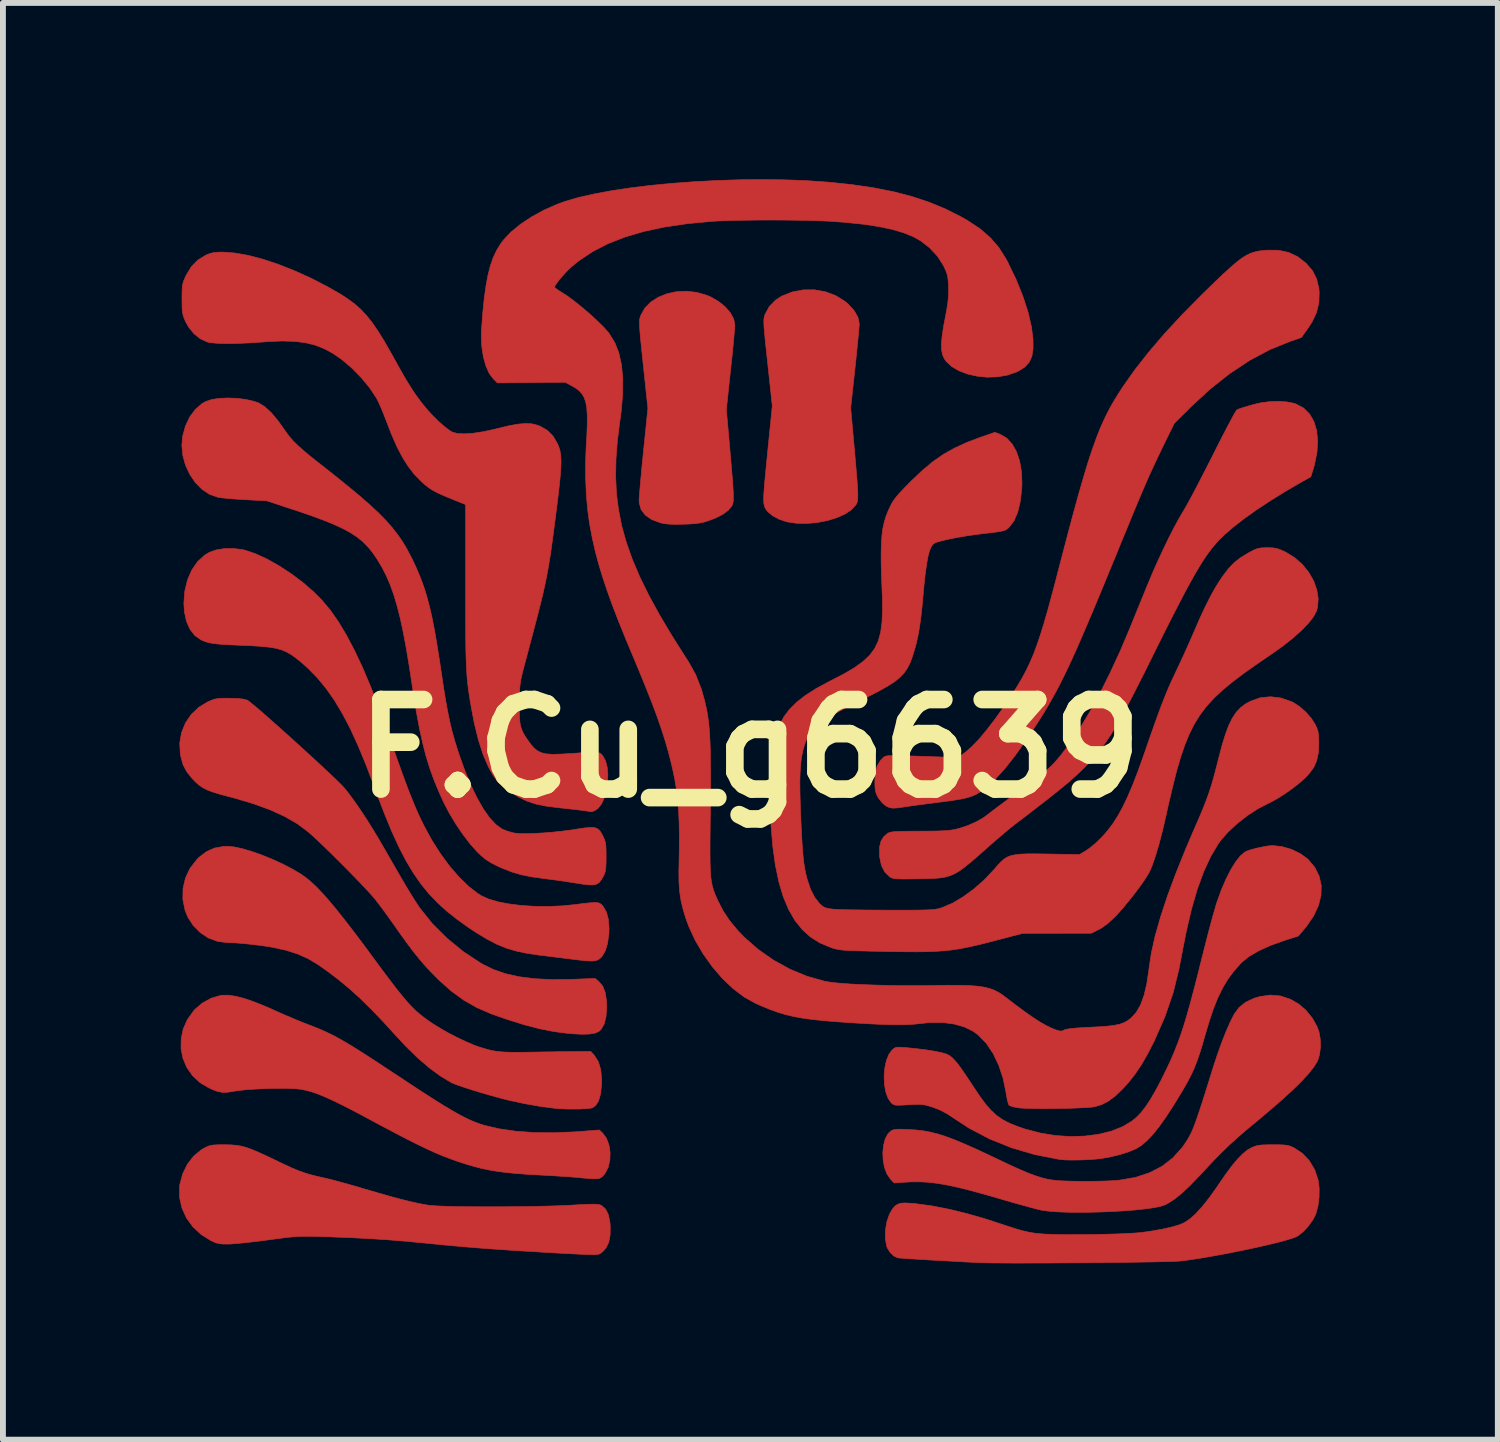
<source format=kicad_pcb>
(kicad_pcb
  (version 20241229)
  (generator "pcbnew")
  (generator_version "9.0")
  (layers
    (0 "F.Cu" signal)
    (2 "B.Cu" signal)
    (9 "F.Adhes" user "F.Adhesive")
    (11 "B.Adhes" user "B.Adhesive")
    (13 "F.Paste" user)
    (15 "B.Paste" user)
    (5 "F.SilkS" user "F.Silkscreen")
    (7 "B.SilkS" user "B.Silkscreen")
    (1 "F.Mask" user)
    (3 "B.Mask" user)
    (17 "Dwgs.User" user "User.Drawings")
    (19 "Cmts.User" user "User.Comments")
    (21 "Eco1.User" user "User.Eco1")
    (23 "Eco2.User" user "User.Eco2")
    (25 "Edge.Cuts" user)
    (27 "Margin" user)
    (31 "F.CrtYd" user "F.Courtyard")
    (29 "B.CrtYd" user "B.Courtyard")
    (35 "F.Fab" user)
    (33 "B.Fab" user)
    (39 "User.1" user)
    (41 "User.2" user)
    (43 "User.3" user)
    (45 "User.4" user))
  (footprint "F.Cu_g6639"
    (layer "F.Cu")
    (at 9.71 9.689)
    (property "Reference" "F.Cu_g6639" (at 0 0 0) (layer "F.SilkS") (effects (font (size 1.524 1.524) (thickness 0.3))))
    (attr through_hole)
    (fp_poly (pts (xy 1.287 -7.774) (xy 1.463 -7.708) (xy 1.62 -7.61) (xy 1.674 -7.564) (xy 1.777 -7.451) (xy 1.839 -7.342) (xy 1.862 -7.236) (xy 1.863 -7.224) (xy 1.86 -7.183) (xy 1.854 -7.107) (xy 1.844 -7) (xy 1.831 -6.868) (xy 1.816 -6.717) (xy 1.799 -6.553) (xy 1.79 -6.47) (xy 1.717 -5.797) (xy 1.779 -5.105) (xy 1.798 -4.888) (xy 1.813 -4.709) (xy 1.825 -4.564) (xy 1.833 -4.449) (xy 1.837 -4.36) (xy 1.838 -4.292) (xy 1.835 -4.241) (xy 1.83 -4.204) (xy 1.821 -4.176) (xy 1.809 -4.153) (xy 1.804 -4.145) (xy 1.727 -4.062) (xy 1.616 -3.989) (xy 1.478 -3.928) (xy 1.321 -3.88) (xy 1.151 -3.847) (xy 0.977 -3.831) (xy 0.806 -3.833) (xy 0.644 -3.856) (xy 0.624 -3.861) (xy 0.496 -3.904) (xy 0.385 -3.964) (xy 0.302 -4.035) (xy 0.281 -4.062) (xy 0.265 -4.087) (xy 0.253 -4.114) (xy 0.244 -4.146) (xy 0.238 -4.188) (xy 0.236 -4.243) (xy 0.238 -4.317) (xy 0.244 -4.411) (xy 0.254 -4.532) (xy 0.268 -4.682) (xy 0.286 -4.867) (xy 0.308 -5.089) (xy 0.383 -5.831) (xy 0.304 -6.564) (xy 0.283 -6.759) (xy 0.266 -6.917) (xy 0.254 -7.042) (xy 0.245 -7.139) (xy 0.24 -7.213) (xy 0.239 -7.268) (xy 0.24 -7.309) (xy 0.245 -7.34) (xy 0.252 -7.367) (xy 0.26 -7.389) (xy 0.331 -7.521) (xy 0.435 -7.629) (xy 0.543 -7.699) (xy 0.721 -7.77) (xy 0.909 -7.806) (xy 1.1 -7.807) (xy 1.287 -7.774)) (stroke (width 0.01) (type solid)) (fill yes) (layer "F.Cu"))
    (fp_poly (pts (xy -0.902 -7.763) (xy -0.732 -7.714) (xy -0.667 -7.687) (xy -0.533 -7.61) (xy -0.419 -7.518) (xy -0.331 -7.416) (xy -0.274 -7.311) (xy -0.254 -7.209) (xy -0.254 -7.208) (xy -0.256 -7.166) (xy -0.263 -7.087) (xy -0.272 -6.979) (xy -0.285 -6.845) (xy -0.3 -6.694) (xy -0.318 -6.529) (xy -0.327 -6.444) (xy -0.399 -5.768) (xy -0.337 -5.069) (xy -0.319 -4.856) (xy -0.304 -4.681) (xy -0.292 -4.539) (xy -0.285 -4.427) (xy -0.28 -4.34) (xy -0.279 -4.274) (xy -0.28 -4.225) (xy -0.285 -4.189) (xy -0.292 -4.161) (xy -0.302 -4.137) (xy -0.307 -4.127) (xy -0.363 -4.058) (xy -0.455 -3.989) (xy -0.579 -3.925) (xy -0.691 -3.882) (xy -0.772 -3.856) (xy -0.848 -3.839) (xy -0.932 -3.828) (xy -1.036 -3.821) (xy -1.132 -3.818) (xy -1.275 -3.816) (xy -1.385 -3.82) (xy -1.471 -3.83) (xy -1.524 -3.843) (xy -1.67 -3.898) (xy -1.778 -3.973) (xy -1.849 -4.066) (xy -1.881 -4.178) (xy -1.884 -4.223) (xy -1.882 -4.269) (xy -1.875 -4.351) (xy -1.866 -4.464) (xy -1.853 -4.602) (xy -1.839 -4.759) (xy -1.822 -4.929) (xy -1.809 -5.059) (xy -1.734 -5.789) (xy -1.813 -6.532) (xy -1.834 -6.729) (xy -1.85 -6.888) (xy -1.863 -7.015) (xy -1.871 -7.113) (xy -1.876 -7.187) (xy -1.878 -7.243) (xy -1.877 -7.285) (xy -1.872 -7.317) (xy -1.865 -7.344) (xy -1.856 -7.37) (xy -1.855 -7.372) (xy -1.786 -7.496) (xy -1.685 -7.599) (xy -1.557 -7.681) (xy -1.41 -7.74) (xy -1.247 -7.775) (xy -1.076 -7.783) (xy -0.902 -7.763)) (stroke (width 0.01) (type solid)) (fill yes) (layer "F.Cu"))
    (fp_poly (pts (xy -8.745 4.216) (xy -8.593 4.256) (xy -8.414 4.319) (xy -8.205 4.404) (xy -8.036 4.48) (xy -7.907 4.537) (xy -7.758 4.6) (xy -7.611 4.661) (xy -7.513 4.699) (xy -7.404 4.741) (xy -7.303 4.782) (xy -7.208 4.825) (xy -7.113 4.87) (xy -7.014 4.922) (xy -6.908 4.982) (xy -6.789 5.053) (xy -6.654 5.137) (xy -6.499 5.236) (xy -6.318 5.354) (xy -6.109 5.492) (xy -6.011 5.556) (xy -5.77 5.716) (xy -5.56 5.853) (xy -5.378 5.97) (xy -5.22 6.069) (xy -5.083 6.151) (xy -4.964 6.219) (xy -4.859 6.275) (xy -4.765 6.32) (xy -4.678 6.357) (xy -4.595 6.388) (xy -4.519 6.412) (xy -4.272 6.47) (xy -3.992 6.511) (xy -3.683 6.534) (xy -3.35 6.538) (xy -2.999 6.524) (xy -2.927 6.519) (xy -2.561 6.491) (xy -2.506 6.542) (xy -2.44 6.631) (xy -2.397 6.744) (xy -2.377 6.872) (xy -2.381 7.002) (xy -2.409 7.124) (xy -2.462 7.228) (xy -2.48 7.251) (xy -2.523 7.295) (xy -2.563 7.316) (xy -2.618 7.321) (xy -2.653 7.321) (xy -2.736 7.317) (xy -2.834 7.309) (xy -2.904 7.302) (xy -2.968 7.296) (xy -3.065 7.288) (xy -3.188 7.28) (xy -3.326 7.271) (xy -3.471 7.263) (xy -3.507 7.261) (xy -3.749 7.248) (xy -3.957 7.233) (xy -4.136 7.216) (xy -4.293 7.196) (xy -4.437 7.172) (xy -4.573 7.143) (xy -4.709 7.107) (xy -4.832 7.071) (xy -4.963 7.029) (xy -5.089 6.984) (xy -5.216 6.936) (xy -5.349 6.88) (xy -5.49 6.816) (xy -5.646 6.741) (xy -5.822 6.653) (xy -6.02 6.55) (xy -6.247 6.43) (xy -6.449 6.322) (xy -6.682 6.197) (xy -6.882 6.093) (xy -7.055 6.008) (xy -7.203 5.94) (xy -7.331 5.886) (xy -7.443 5.846) (xy -7.544 5.818) (xy -7.636 5.799) (xy -7.641 5.798) (xy -7.733 5.789) (xy -7.858 5.784) (xy -8.005 5.783) (xy -8.165 5.785) (xy -8.328 5.791) (xy -8.484 5.799) (xy -8.625 5.811) (xy -8.739 5.825) (xy -8.774 5.831) (xy -8.882 5.848) (xy -8.968 5.851) (xy -9.047 5.838) (xy -9.136 5.806) (xy -9.197 5.779) (xy -9.355 5.686) (xy -9.483 5.567) (xy -9.581 5.427) (xy -9.646 5.273) (xy -9.679 5.109) (xy -9.677 4.94) (xy -9.642 4.772) (xy -9.57 4.611) (xy -9.462 4.46) (xy -9.441 4.437) (xy -9.313 4.329) (xy -9.165 4.248) (xy -9.008 4.202) (xy -8.977 4.198) (xy -8.872 4.197) (xy -8.745 4.216)) (stroke (width 0.01) (type solid)) (fill yes) (layer "F.Cu"))
    (fp_poly (pts (xy -8.943 6.742) (xy -8.839 6.744) (xy -8.747 6.751) (xy -8.662 6.764) (xy -8.574 6.787) (xy -8.478 6.821) (xy -8.365 6.869) (xy -8.227 6.932) (xy -8.097 6.994) (xy -7.934 7.072) (xy -7.8 7.134) (xy -7.686 7.182) (xy -7.582 7.219) (xy -7.482 7.25) (xy -7.374 7.278) (xy -7.271 7.301) (xy -7.184 7.321) (xy -7.066 7.351) (xy -6.929 7.388) (xy -6.782 7.429) (xy -6.637 7.471) (xy -6.625 7.475) (xy -6.365 7.551) (xy -6.142 7.615) (xy -5.95 7.667) (xy -5.786 7.708) (xy -5.647 7.739) (xy -5.527 7.762) (xy -5.457 7.773) (xy -5.379 7.78) (xy -5.265 7.786) (xy -5.119 7.791) (xy -4.946 7.795) (xy -4.753 7.797) (xy -4.545 7.798) (xy -4.326 7.798) (xy -4.103 7.797) (xy -3.881 7.795) (xy -3.665 7.791) (xy -3.46 7.787) (xy -3.272 7.781) (xy -3.107 7.774) (xy -3.044 7.771) (xy -2.89 7.762) (xy -2.773 7.757) (xy -2.686 7.754) (xy -2.623 7.755) (xy -2.579 7.759) (xy -2.547 7.766) (xy -2.523 7.776) (xy -2.455 7.836) (xy -2.407 7.931) (xy -2.38 8.064) (xy -2.375 8.129) (xy -2.377 8.281) (xy -2.4 8.403) (xy -2.448 8.498) (xy -2.487 8.545) (xy -2.526 8.581) (xy -2.56 8.602) (xy -2.604 8.611) (xy -2.67 8.613) (xy -2.713 8.612) (xy -2.773 8.61) (xy -2.869 8.606) (xy -2.994 8.6) (xy -3.141 8.593) (xy -3.302 8.584) (xy -3.472 8.574) (xy -3.524 8.571) (xy -3.905 8.548) (xy -4.252 8.525) (xy -4.573 8.502) (xy -4.877 8.477) (xy -5.171 8.451) (xy -5.465 8.422) (xy -5.546 8.414) (xy -5.85 8.385) (xy -6.155 8.36) (xy -6.47 8.34) (xy -6.805 8.323) (xy -7.17 8.309) (xy -7.26 8.306) (xy -7.402 8.302) (xy -7.518 8.3) (xy -7.618 8.301) (xy -7.712 8.305) (xy -7.809 8.313) (xy -7.921 8.325) (xy -8.056 8.343) (xy -8.191 8.361) (xy -8.344 8.381) (xy -8.495 8.399) (xy -8.633 8.414) (xy -8.752 8.425) (xy -8.842 8.432) (xy -8.869 8.432) (xy -8.964 8.432) (xy -9.032 8.425) (xy -9.091 8.41) (xy -9.155 8.381) (xy -9.175 8.371) (xy -9.34 8.267) (xy -9.479 8.137) (xy -9.588 7.986) (xy -9.663 7.82) (xy -9.703 7.645) (xy -9.705 7.464) (xy -9.699 7.416) (xy -9.65 7.236) (xy -9.571 7.074) (xy -9.464 6.936) (xy -9.334 6.828) (xy -9.282 6.798) (xy -9.231 6.773) (xy -9.183 6.756) (xy -9.129 6.747) (xy -9.055 6.743) (xy -8.952 6.742) (xy -8.943 6.742)) (stroke (width 0.01) (type solid)) (fill yes) (layer "F.Cu"))
    (fp_poly (pts (xy -8.776 1.674) (xy -8.633 1.705) (xy -8.471 1.753) (xy -8.296 1.815) (xy -8.117 1.888) (xy -7.941 1.969) (xy -7.775 2.056) (xy -7.628 2.144) (xy -7.628 2.145) (xy -7.547 2.203) (xy -7.462 2.273) (xy -7.371 2.359) (xy -7.272 2.463) (xy -7.162 2.587) (xy -7.039 2.734) (xy -6.902 2.907) (xy -6.747 3.107) (xy -6.573 3.338) (xy -6.404 3.567) (xy -6.256 3.768) (xy -6.128 3.938) (xy -6.019 4.081) (xy -5.923 4.2) (xy -5.839 4.3) (xy -5.762 4.385) (xy -5.689 4.457) (xy -5.617 4.52) (xy -5.542 4.579) (xy -5.462 4.637) (xy -5.387 4.688) (xy -5.265 4.763) (xy -5.124 4.843) (xy -4.975 4.92) (xy -4.829 4.989) (xy -4.698 5.045) (xy -4.614 5.076) (xy -4.518 5.105) (xy -4.433 5.129) (xy -4.352 5.146) (xy -4.268 5.158) (xy -4.173 5.165) (xy -4.06 5.169) (xy -3.922 5.169) (xy -3.752 5.167) (xy -3.683 5.166) (xy -3.521 5.163) (xy -3.36 5.161) (xy -3.208 5.158) (xy -3.075 5.157) (xy -2.97 5.156) (xy -2.925 5.155) (xy -2.706 5.154) (xy -2.645 5.222) (xy -2.577 5.329) (xy -2.536 5.468) (xy -2.521 5.641) (xy -2.523 5.723) (xy -2.54 5.879) (xy -2.574 5.997) (xy -2.626 6.077) (xy -2.677 6.113) (xy -2.719 6.122) (xy -2.794 6.129) (xy -2.891 6.134) (xy -3.002 6.135) (xy -3.115 6.134) (xy -3.222 6.13) (xy -3.302 6.124) (xy -3.563 6.09) (xy -3.838 6.042) (xy -4.104 5.984) (xy -4.119 5.981) (xy -4.258 5.945) (xy -4.406 5.904) (xy -4.558 5.86) (xy -4.704 5.816) (xy -4.838 5.773) (xy -4.952 5.734) (xy -5.039 5.702) (xy -5.082 5.682) (xy -5.26 5.576) (xy -5.452 5.435) (xy -5.654 5.262) (xy -5.86 5.06) (xy -6.017 4.891) (xy -6.238 4.649) (xy -6.441 4.437) (xy -6.632 4.25) (xy -6.817 4.083) (xy -7.002 3.93) (xy -7.192 3.786) (xy -7.353 3.673) (xy -7.519 3.574) (xy -7.696 3.495) (xy -7.895 3.432) (xy -8.124 3.382) (xy -8.139 3.379) (xy -8.285 3.356) (xy -8.445 3.336) (xy -8.606 3.319) (xy -8.753 3.307) (xy -8.875 3.302) (xy -8.892 3.302) (xy -9.056 3.282) (xy -9.212 3.224) (xy -9.352 3.132) (xy -9.471 3.012) (xy -9.564 2.868) (xy -9.61 2.755) (xy -9.648 2.568) (xy -9.645 2.382) (xy -9.604 2.203) (xy -9.525 2.037) (xy -9.41 1.889) (xy -9.374 1.852) (xy -9.244 1.753) (xy -9.106 1.692) (xy -8.952 1.665) (xy -8.89 1.663) (xy -8.776 1.674)) (stroke (width 0.01) (type solid)) (fill yes) (layer "F.Cu"))
    (fp_poly (pts (xy -8.858 -0.856) (xy -8.721 -0.853) (xy -8.622 -0.842) (xy -8.556 -0.825) (xy -8.552 -0.824) (xy -8.522 -0.803) (xy -8.464 -0.756) (xy -8.382 -0.688) (xy -8.281 -0.601) (xy -8.164 -0.498) (xy -8.035 -0.384) (xy -7.898 -0.261) (xy -7.756 -0.133) (xy -7.613 -0.003) (xy -7.473 0.125) (xy -7.339 0.248) (xy -7.216 0.363) (xy -7.107 0.465) (xy -7.016 0.553) (xy -6.947 0.621) (xy -6.904 0.667) (xy -6.829 0.76) (xy -6.738 0.883) (xy -6.637 1.029) (xy -6.53 1.19) (xy -6.423 1.36) (xy -6.319 1.532) (xy -6.281 1.598) (xy -6.213 1.715) (xy -6.133 1.854) (xy -6.048 2.002) (xy -5.966 2.144) (xy -5.927 2.212) (xy -5.854 2.335) (xy -5.779 2.459) (xy -5.708 2.574) (xy -5.646 2.669) (xy -5.612 2.718) (xy -5.401 2.982) (xy -5.154 3.228) (xy -4.878 3.454) (xy -4.577 3.653) (xy -4.551 3.668) (xy -4.366 3.759) (xy -4.16 3.831) (xy -3.928 3.883) (xy -3.668 3.916) (xy -3.377 3.931) (xy -3.051 3.928) (xy -3.015 3.927) (xy -2.632 3.912) (xy -2.567 3.967) (xy -2.502 4.045) (xy -2.46 4.154) (xy -2.438 4.295) (xy -2.435 4.401) (xy -2.447 4.563) (xy -2.478 4.688) (xy -2.53 4.778) (xy -2.567 4.813) (xy -2.631 4.842) (xy -2.728 4.858) (xy -2.861 4.862) (xy -3.031 4.853) (xy -3.095 4.847) (xy -3.329 4.817) (xy -3.575 4.769) (xy -3.837 4.701) (xy -4.122 4.612) (xy -4.399 4.515) (xy -4.64 4.411) (xy -4.864 4.284) (xy -5.08 4.127) (xy -5.295 3.935) (xy -5.335 3.895) (xy -5.442 3.786) (xy -5.541 3.678) (xy -5.637 3.565) (xy -5.737 3.44) (xy -5.845 3.295) (xy -5.967 3.126) (xy -6.044 3.016) (xy -6.124 2.903) (xy -6.207 2.788) (xy -6.286 2.681) (xy -6.353 2.594) (xy -6.378 2.561) (xy -6.437 2.493) (xy -6.52 2.402) (xy -6.624 2.292) (xy -6.743 2.169) (xy -6.87 2.039) (xy -7.002 1.907) (xy -7.132 1.778) (xy -7.256 1.658) (xy -7.367 1.551) (xy -7.461 1.465) (xy -7.522 1.412) (xy -7.701 1.279) (xy -7.912 1.157) (xy -8.157 1.045) (xy -8.438 0.942) (xy -8.758 0.846) (xy -8.867 0.817) (xy -9.021 0.776) (xy -9.142 0.739) (xy -9.237 0.703) (xy -9.313 0.663) (xy -9.38 0.616) (xy -9.444 0.557) (xy -9.489 0.51) (xy -9.582 0.394) (xy -9.645 0.273) (xy -9.684 0.131) (xy -9.692 0.09) (xy -9.701 -0.094) (xy -9.671 -0.271) (xy -9.604 -0.436) (xy -9.504 -0.582) (xy -9.373 -0.705) (xy -9.229 -0.792) (xy -9.164 -0.821) (xy -9.11 -0.84) (xy -9.054 -0.851) (xy -8.982 -0.856) (xy -8.884 -0.857) (xy -8.858 -0.856)) (stroke (width 0.01) (type solid)) (fill yes) (layer "F.Cu"))
    (fp_poly (pts (xy 9.013 6.743) (xy 9.093 6.746) (xy 9.152 6.754) (xy 9.201 6.768) (xy 9.249 6.789) (xy 9.26 6.794) (xy 9.403 6.888) (xy 9.522 7.014) (xy 9.613 7.167) (xy 9.672 7.342) (xy 9.673 7.348) (xy 9.69 7.483) (xy 9.688 7.635) (xy 9.669 7.786) (xy 9.634 7.917) (xy 9.632 7.922) (xy 9.583 8.019) (xy 9.512 8.119) (xy 9.43 8.21) (xy 9.347 8.28) (xy 9.302 8.307) (xy 9.231 8.334) (xy 9.125 8.366) (xy 8.988 8.403) (xy 8.826 8.442) (xy 8.646 8.484) (xy 8.454 8.525) (xy 8.254 8.566) (xy 8.052 8.605) (xy 7.856 8.641) (xy 7.669 8.673) (xy 7.499 8.699) (xy 7.35 8.718) (xy 7.313 8.722) (xy 7.258 8.725) (xy 7.165 8.729) (xy 7.038 8.732) (xy 6.882 8.736) (xy 6.701 8.739) (xy 6.499 8.742) (xy 6.28 8.745) (xy 6.05 8.747) (xy 5.811 8.75) (xy 5.569 8.752) (xy 5.328 8.753) (xy 5.091 8.755) (xy 4.864 8.755) (xy 4.651 8.756) (xy 4.456 8.756) (xy 4.283 8.755) (xy 4.137 8.754) (xy 4.022 8.752) (xy 3.948 8.75) (xy 3.817 8.744) (xy 3.669 8.737) (xy 3.51 8.728) (xy 3.345 8.719) (xy 3.18 8.71) (xy 3.021 8.701) (xy 2.874 8.692) (xy 2.744 8.684) (xy 2.638 8.677) (xy 2.562 8.671) (xy 2.52 8.667) (xy 2.517 8.666) (xy 2.451 8.635) (xy 2.388 8.575) (xy 2.341 8.499) (xy 2.328 8.465) (xy 2.306 8.334) (xy 2.309 8.191) (xy 2.334 8.048) (xy 2.379 7.919) (xy 2.428 7.836) (xy 2.47 7.787) (xy 2.515 7.755) (xy 2.571 7.737) (xy 2.647 7.733) (xy 2.752 7.739) (xy 2.821 7.745) (xy 3.1 7.783) (xy 3.392 7.84) (xy 3.703 7.916) (xy 4.038 8.013) (xy 4.36 8.119) (xy 4.508 8.167) (xy 4.629 8.203) (xy 4.736 8.228) (xy 4.84 8.246) (xy 4.928 8.256) (xy 5.025 8.263) (xy 5.156 8.268) (xy 5.314 8.271) (xy 5.492 8.272) (xy 5.682 8.272) (xy 5.877 8.269) (xy 6.069 8.265) (xy 6.251 8.26) (xy 6.415 8.253) (xy 6.553 8.245) (xy 6.659 8.236) (xy 6.668 8.235) (xy 6.856 8.208) (xy 7.029 8.177) (xy 7.18 8.143) (xy 7.303 8.107) (xy 7.39 8.071) (xy 7.394 8.069) (xy 7.487 8.007) (xy 7.587 7.919) (xy 7.694 7.802) (xy 7.813 7.653) (xy 7.945 7.469) (xy 7.986 7.408) (xy 8.108 7.232) (xy 8.214 7.09) (xy 8.308 6.979) (xy 8.392 6.894) (xy 8.47 6.831) (xy 8.546 6.788) (xy 8.546 6.788) (xy 8.597 6.768) (xy 8.65 6.754) (xy 8.715 6.746) (xy 8.804 6.743) (xy 8.901 6.742) (xy 9.013 6.743)) (stroke (width 0.01) (type solid)) (fill yes) (layer "F.Cu"))
    (fp_poly (pts (xy -8.642 -3.387) (xy -8.594 -3.377) (xy -8.413 -3.316) (xy -8.217 -3.226) (xy -8.011 -3.11) (xy -7.805 -2.975) (xy -7.606 -2.826) (xy -7.422 -2.666) (xy -7.279 -2.522) (xy -7.139 -2.355) (xy -7.001 -2.158) (xy -6.864 -1.929) (xy -6.726 -1.667) (xy -6.586 -1.37) (xy -6.445 -1.036) (xy -6.301 -0.663) (xy -6.161 -0.275) (xy -6.067 -0.006) (xy -5.985 0.228) (xy -5.912 0.429) (xy -5.848 0.604) (xy -5.79 0.756) (xy -5.737 0.888) (xy -5.688 1.007) (xy -5.64 1.116) (xy -5.592 1.218) (xy -5.542 1.319) (xy -5.409 1.563) (xy -5.263 1.792) (xy -5.108 2.002) (xy -4.947 2.188) (xy -4.786 2.345) (xy -4.629 2.467) (xy -4.568 2.505) (xy -4.443 2.562) (xy -4.282 2.609) (xy -4.093 2.645) (xy -3.882 2.671) (xy -3.655 2.685) (xy -3.42 2.687) (xy -3.181 2.676) (xy -2.963 2.654) (xy -2.824 2.636) (xy -2.721 2.625) (xy -2.647 2.62) (xy -2.595 2.622) (xy -2.558 2.631) (xy -2.531 2.649) (xy -2.505 2.675) (xy -2.495 2.688) (xy -2.44 2.783) (xy -2.406 2.911) (xy -2.395 3.064) (xy -2.398 3.154) (xy -2.421 3.317) (xy -2.461 3.447) (xy -2.517 3.54) (xy -2.544 3.566) (xy -2.575 3.59) (xy -2.61 3.606) (xy -2.654 3.614) (xy -2.715 3.615) (xy -2.799 3.61) (xy -2.913 3.598) (xy -3.016 3.585) (xy -3.124 3.572) (xy -3.259 3.555) (xy -3.406 3.537) (xy -3.549 3.519) (xy -3.588 3.515) (xy -3.794 3.484) (xy -3.975 3.446) (xy -4.141 3.397) (xy -4.301 3.332) (xy -4.465 3.247) (xy -4.643 3.14) (xy -4.784 3.047) (xy -4.979 2.908) (xy -5.155 2.768) (xy -5.315 2.623) (xy -5.463 2.468) (xy -5.599 2.3) (xy -5.727 2.115) (xy -5.85 1.91) (xy -5.969 1.68) (xy -6.088 1.422) (xy -6.208 1.131) (xy -6.334 0.805) (xy -6.395 0.638) (xy -6.531 0.276) (xy -6.665 -0.047) (xy -6.797 -0.335) (xy -6.931 -0.592) (xy -7.067 -0.819) (xy -7.209 -1.021) (xy -7.357 -1.201) (xy -7.515 -1.363) (xy -7.624 -1.461) (xy -7.717 -1.536) (xy -7.8 -1.596) (xy -7.881 -1.643) (xy -7.966 -1.679) (xy -8.062 -1.706) (xy -8.175 -1.725) (xy -8.312 -1.739) (xy -8.48 -1.75) (xy -8.636 -1.756) (xy -8.808 -1.764) (xy -8.945 -1.771) (xy -9.051 -1.779) (xy -9.134 -1.789) (xy -9.201 -1.801) (xy -9.256 -1.817) (xy -9.307 -1.836) (xy -9.34 -1.851) (xy -9.443 -1.923) (xy -9.525 -2.028) (xy -9.586 -2.163) (xy -9.621 -2.323) (xy -9.631 -2.473) (xy -9.615 -2.68) (xy -9.569 -2.87) (xy -9.496 -3.038) (xy -9.398 -3.18) (xy -9.277 -3.291) (xy -9.198 -3.339) (xy -9.083 -3.38) (xy -8.943 -3.403) (xy -8.791 -3.405) (xy -8.642 -3.387)) (stroke (width 0.01) (type solid)) (fill yes) (layer "F.Cu"))
    (fp_poly (pts (xy 9.031 4.21) (xy 9.199 4.266) (xy 9.339 4.346) (xy 9.464 4.453) (xy 9.573 4.587) (xy 9.655 4.734) (xy 9.686 4.82) (xy 9.708 4.942) (xy 9.712 5.074) (xy 9.697 5.202) (xy 9.665 5.309) (xy 9.657 5.324) (xy 9.599 5.418) (xy 9.513 5.528) (xy 9.396 5.655) (xy 9.249 5.8) (xy 9.07 5.965) (xy 8.857 6.15) (xy 8.611 6.357) (xy 8.541 6.414) (xy 8.405 6.528) (xy 8.281 6.636) (xy 8.162 6.745) (xy 8.041 6.862) (xy 7.911 6.993) (xy 7.767 7.146) (xy 7.652 7.269) (xy 7.493 7.435) (xy 7.353 7.566) (xy 7.229 7.667) (xy 7.118 7.738) (xy 7.058 7.768) (xy 6.979 7.793) (xy 6.864 7.815) (xy 6.719 7.835) (xy 6.55 7.853) (xy 6.364 7.867) (xy 6.165 7.879) (xy 5.961 7.887) (xy 5.757 7.892) (xy 5.56 7.893) (xy 5.376 7.89) (xy 5.21 7.883) (xy 5.07 7.871) (xy 4.96 7.855) (xy 4.953 7.853) (xy 4.881 7.836) (xy 4.776 7.808) (xy 4.648 7.773) (xy 4.504 7.733) (xy 4.354 7.69) (xy 4.27 7.665) (xy 3.996 7.586) (xy 3.755 7.52) (xy 3.545 7.468) (xy 3.359 7.428) (xy 3.192 7.399) (xy 3.041 7.381) (xy 2.899 7.373) (xy 2.761 7.373) (xy 2.683 7.377) (xy 2.455 7.392) (xy 2.392 7.324) (xy 2.333 7.237) (xy 2.292 7.128) (xy 2.269 7.004) (xy 2.264 6.877) (xy 2.276 6.753) (xy 2.305 6.643) (xy 2.352 6.555) (xy 2.401 6.508) (xy 2.432 6.492) (xy 2.47 6.482) (xy 2.525 6.478) (xy 2.607 6.479) (xy 2.705 6.483) (xy 2.831 6.491) (xy 2.951 6.505) (xy 3.07 6.527) (xy 3.193 6.557) (xy 3.325 6.599) (xy 3.472 6.653) (xy 3.636 6.721) (xy 3.825 6.804) (xy 4.042 6.905) (xy 4.223 6.991) (xy 4.423 7.086) (xy 4.591 7.162) (xy 4.734 7.223) (xy 4.856 7.269) (xy 4.964 7.303) (xy 5.063 7.328) (xy 5.157 7.344) (xy 5.243 7.353) (xy 5.361 7.359) (xy 5.503 7.363) (xy 5.66 7.365) (xy 5.821 7.364) (xy 5.978 7.362) (xy 6.121 7.357) (xy 6.242 7.35) (xy 6.297 7.344) (xy 6.564 7.298) (xy 6.803 7.219) (xy 7.014 7.11) (xy 7.198 6.968) (xy 7.354 6.794) (xy 7.377 6.764) (xy 7.414 6.71) (xy 7.447 6.659) (xy 7.478 6.606) (xy 7.508 6.548) (xy 7.539 6.48) (xy 7.571 6.398) (xy 7.607 6.299) (xy 7.648 6.178) (xy 7.696 6.032) (xy 7.752 5.857) (xy 7.817 5.649) (xy 7.885 5.429) (xy 7.955 5.216) (xy 8.028 5.011) (xy 8.102 4.823) (xy 8.174 4.658) (xy 8.24 4.527) (xy 8.244 4.519) (xy 8.328 4.405) (xy 8.44 4.316) (xy 8.584 4.249) (xy 8.678 4.221) (xy 8.858 4.195) (xy 9.031 4.21)) (stroke (width 0.01) (type solid)) (fill yes) (layer "F.Cu"))
    (fp_poly (pts (xy 8.999 -8.48) (xy 9.169 -8.443) (xy 9.323 -8.371) (xy 9.464 -8.261) (xy 9.574 -8.135) (xy 9.646 -7.994) (xy 9.684 -7.832) (xy 9.69 -7.768) (xy 9.685 -7.59) (xy 9.646 -7.425) (xy 9.57 -7.262) (xy 9.498 -7.152) (xy 9.387 -6.996) (xy 9.197 -6.93) (xy 8.848 -6.789) (xy 8.504 -6.605) (xy 8.163 -6.379) (xy 7.827 -6.112) (xy 7.513 -5.822) (xy 7.224 -5.535) (xy 7.042 -5.165) (xy 6.985 -5.047) (xy 6.931 -4.935) (xy 6.88 -4.825) (xy 6.828 -4.713) (xy 6.774 -4.593) (xy 6.717 -4.462) (xy 6.654 -4.315) (xy 6.584 -4.148) (xy 6.504 -3.956) (xy 6.414 -3.736) (xy 6.309 -3.482) (xy 6.262 -3.365) (xy 6.113 -3.004) (xy 5.979 -2.678) (xy 5.857 -2.385) (xy 5.746 -2.123) (xy 5.645 -1.888) (xy 5.553 -1.677) (xy 5.467 -1.487) (xy 5.386 -1.315) (xy 5.309 -1.158) (xy 5.234 -1.012) (xy 5.16 -0.876) (xy 5.086 -0.745) (xy 5.009 -0.616) (xy 4.929 -0.488) (xy 4.843 -0.356) (xy 4.751 -0.217) (xy 4.698 -0.138) (xy 4.515 0.12) (xy 4.344 0.337) (xy 4.185 0.513) (xy 4.07 0.62) (xy 3.992 0.685) (xy 3.921 0.737) (xy 3.853 0.778) (xy 3.778 0.811) (xy 3.692 0.838) (xy 3.586 0.861) (xy 3.454 0.882) (xy 3.29 0.905) (xy 3.224 0.913) (xy 3.077 0.932) (xy 2.937 0.95) (xy 2.81 0.967) (xy 2.707 0.981) (xy 2.634 0.992) (xy 2.615 0.995) (xy 2.512 1.01) (xy 2.437 1.014) (xy 2.382 1.006) (xy 2.334 0.986) (xy 2.305 0.968) (xy 2.25 0.919) (xy 2.197 0.852) (xy 2.18 0.825) (xy 2.153 0.769) (xy 2.137 0.715) (xy 2.13 0.646) (xy 2.128 0.55) (xy 2.138 0.406) (xy 2.169 0.293) (xy 2.223 0.203) (xy 2.265 0.159) (xy 2.279 0.146) (xy 2.295 0.136) (xy 2.316 0.129) (xy 2.347 0.123) (xy 2.392 0.12) (xy 2.455 0.119) (xy 2.542 0.12) (xy 2.656 0.123) (xy 2.802 0.128) (xy 2.984 0.134) (xy 3.069 0.137) (xy 3.545 0.154) (xy 3.674 0.058) (xy 3.777 -0.031) (xy 3.897 -0.155) (xy 4.029 -0.313) (xy 4.173 -0.5) (xy 4.327 -0.716) (xy 4.383 -0.798) (xy 4.478 -0.942) (xy 4.562 -1.077) (xy 4.638 -1.207) (xy 4.707 -1.336) (xy 4.77 -1.469) (xy 4.83 -1.61) (xy 4.888 -1.765) (xy 4.946 -1.937) (xy 5.006 -2.13) (xy 5.07 -2.351) (xy 5.138 -2.602) (xy 5.214 -2.888) (xy 5.241 -2.995) (xy 5.341 -3.377) (xy 5.431 -3.721) (xy 5.514 -4.03) (xy 5.59 -4.306) (xy 5.661 -4.553) (xy 5.726 -4.773) (xy 5.788 -4.97) (xy 5.848 -5.145) (xy 5.905 -5.303) (xy 5.962 -5.447) (xy 6.02 -5.578) (xy 6.079 -5.7) (xy 6.14 -5.816) (xy 6.205 -5.929) (xy 6.274 -6.041) (xy 6.344 -6.149) (xy 6.548 -6.439) (xy 6.784 -6.74) (xy 7.053 -7.055) (xy 7.357 -7.384) (xy 7.698 -7.729) (xy 7.76 -7.789) (xy 7.924 -7.949) (xy 8.063 -8.081) (xy 8.18 -8.188) (xy 8.279 -8.273) (xy 8.365 -8.34) (xy 8.442 -8.389) (xy 8.514 -8.425) (xy 8.585 -8.449) (xy 8.659 -8.466) (xy 8.74 -8.476) (xy 8.808 -8.482) (xy 8.999 -8.48)) (stroke (width 0.01) (type solid)) (fill yes) (layer "F.Cu"))
    (fp_poly (pts (xy 9.056 1.668) (xy 9.217 1.715) (xy 9.367 1.787) (xy 9.492 1.878) (xy 9.501 1.886) (xy 9.615 2.022) (xy 9.689 2.17) (xy 9.725 2.33) (xy 9.721 2.497) (xy 9.678 2.669) (xy 9.597 2.845) (xy 9.477 3.021) (xy 9.453 3.05) (xy 9.337 3.189) (xy 9.094 3.267) (xy 8.859 3.351) (xy 8.66 3.442) (xy 8.497 3.537) (xy 8.374 3.636) (xy 8.365 3.645) (xy 8.245 3.779) (xy 8.14 3.919) (xy 8.047 4.073) (xy 7.962 4.247) (xy 7.883 4.447) (xy 7.807 4.679) (xy 7.759 4.841) (xy 7.703 5.035) (xy 7.653 5.196) (xy 7.605 5.334) (xy 7.556 5.457) (xy 7.501 5.573) (xy 7.438 5.692) (xy 7.363 5.823) (xy 7.352 5.842) (xy 7.209 6.075) (xy 7.081 6.272) (xy 6.965 6.436) (xy 6.858 6.568) (xy 6.759 6.673) (xy 6.665 6.752) (xy 6.575 6.809) (xy 6.572 6.81) (xy 6.449 6.862) (xy 6.297 6.91) (xy 6.126 6.951) (xy 5.99 6.975) (xy 5.887 6.987) (xy 5.762 6.996) (xy 5.627 7.001) (xy 5.494 7.003) (xy 5.376 7.001) (xy 5.285 6.994) (xy 5.271 6.992) (xy 4.85 6.91) (xy 4.453 6.793) (xy 4.08 6.643) (xy 3.732 6.46) (xy 3.483 6.297) (xy 3.35 6.21) (xy 3.229 6.147) (xy 3.118 6.105) (xy 3.038 6.08) (xy 2.974 6.064) (xy 2.912 6.056) (xy 2.839 6.055) (xy 2.742 6.059) (xy 2.699 6.062) (xy 2.594 6.068) (xy 2.522 6.07) (xy 2.476 6.067) (xy 2.445 6.058) (xy 2.422 6.042) (xy 2.404 6.025) (xy 2.35 5.945) (xy 2.312 5.836) (xy 2.291 5.707) (xy 2.286 5.57) (xy 2.298 5.433) (xy 2.325 5.307) (xy 2.369 5.201) (xy 2.416 5.137) (xy 2.448 5.107) (xy 2.477 5.089) (xy 2.514 5.082) (xy 2.571 5.083) (xy 2.652 5.089) (xy 2.825 5.106) (xy 2.987 5.126) (xy 3.129 5.148) (xy 3.246 5.171) (xy 3.332 5.194) (xy 3.367 5.208) (xy 3.41 5.233) (xy 3.453 5.269) (xy 3.5 5.319) (xy 3.555 5.387) (xy 3.621 5.479) (xy 3.702 5.598) (xy 3.798 5.744) (xy 3.911 5.913) (xy 4.012 6.05) (xy 4.107 6.159) (xy 4.203 6.247) (xy 4.307 6.318) (xy 4.423 6.378) (xy 4.561 6.433) (xy 4.684 6.475) (xy 4.939 6.542) (xy 5.196 6.585) (xy 5.451 6.602) (xy 5.698 6.595) (xy 5.933 6.565) (xy 6.149 6.512) (xy 6.342 6.436) (xy 6.506 6.338) (xy 6.582 6.274) (xy 6.659 6.195) (xy 6.735 6.098) (xy 6.814 5.979) (xy 6.899 5.833) (xy 6.994 5.655) (xy 7.028 5.586) (xy 7.1 5.439) (xy 7.166 5.298) (xy 7.225 5.16) (xy 7.281 5.018) (xy 7.335 4.868) (xy 7.389 4.705) (xy 7.443 4.524) (xy 7.5 4.32) (xy 7.562 4.088) (xy 7.63 3.823) (xy 7.683 3.609) (xy 7.73 3.424) (xy 7.776 3.242) (xy 7.821 3.069) (xy 7.863 2.913) (xy 7.901 2.779) (xy 7.931 2.674) (xy 7.95 2.614) (xy 8.024 2.409) (xy 8.103 2.225) (xy 8.185 2.063) (xy 8.267 1.93) (xy 8.347 1.828) (xy 8.423 1.763) (xy 8.452 1.747) (xy 8.525 1.722) (xy 8.621 1.696) (xy 8.726 1.674) (xy 8.823 1.657) (xy 8.895 1.651) (xy 8.897 1.651) (xy 9.056 1.668)) (stroke (width 0.01) (type solid)) (fill yes) (layer "F.Cu"))
    (fp_poly (pts (xy -8.722 -5.96) (xy -8.57 -5.94) (xy -8.434 -5.908) (xy -8.359 -5.882) (xy -8.255 -5.818) (xy -8.143 -5.715) (xy -8.024 -5.572) (xy -7.937 -5.45) (xy -7.881 -5.37) (xy -7.825 -5.297) (xy -7.763 -5.227) (xy -7.69 -5.156) (xy -7.602 -5.077) (xy -7.493 -4.985) (xy -7.357 -4.877) (xy -7.274 -4.812) (xy -7.025 -4.615) (xy -6.807 -4.438) (xy -6.617 -4.28) (xy -6.454 -4.136) (xy -6.312 -4.004) (xy -6.191 -3.88) (xy -6.086 -3.76) (xy -5.994 -3.643) (xy -5.912 -3.525) (xy -5.838 -3.401) (xy -5.769 -3.271) (xy -5.739 -3.212) (xy -5.669 -3.06) (xy -5.606 -2.911) (xy -5.55 -2.759) (xy -5.499 -2.598) (xy -5.453 -2.425) (xy -5.409 -2.233) (xy -5.366 -2.017) (xy -5.324 -1.773) (xy -5.28 -1.495) (xy -5.251 -1.302) (xy -5.213 -1.046) (xy -5.177 -0.825) (xy -5.142 -0.632) (xy -5.106 -0.459) (xy -5.068 -0.299) (xy -5.025 -0.145) (xy -4.977 0.011) (xy -4.953 0.085) (xy -4.853 0.366) (xy -4.749 0.618) (xy -4.642 0.839) (xy -4.535 1.027) (xy -4.428 1.179) (xy -4.322 1.293) (xy -4.218 1.368) (xy -4.206 1.374) (xy -4.128 1.405) (xy -4.038 1.431) (xy -4.006 1.438) (xy -3.927 1.446) (xy -3.814 1.448) (xy -3.676 1.445) (xy -3.52 1.436) (xy -3.354 1.423) (xy -3.187 1.405) (xy -3.026 1.384) (xy -2.95 1.372) (xy -2.818 1.352) (xy -2.72 1.342) (xy -2.648 1.344) (xy -2.597 1.361) (xy -2.557 1.393) (xy -2.523 1.444) (xy -2.498 1.492) (xy -2.474 1.543) (xy -2.459 1.592) (xy -2.45 1.649) (xy -2.446 1.726) (xy -2.445 1.833) (xy -2.445 1.841) (xy -2.446 1.952) (xy -2.451 2.031) (xy -2.459 2.089) (xy -2.474 2.135) (xy -2.492 2.173) (xy -2.528 2.235) (xy -2.563 2.279) (xy -2.606 2.307) (xy -2.662 2.32) (xy -2.739 2.32) (xy -2.843 2.308) (xy -2.981 2.286) (xy -2.995 2.284) (xy -3.114 2.265) (xy -3.256 2.244) (xy -3.401 2.225) (xy -3.503 2.212) (xy -3.709 2.184) (xy -3.886 2.148) (xy -4.047 2.101) (xy -4.206 2.039) (xy -4.295 1.999) (xy -4.405 1.943) (xy -4.491 1.888) (xy -4.571 1.823) (xy -4.645 1.751) (xy -4.761 1.62) (xy -4.883 1.46) (xy -5.004 1.282) (xy -5.114 1.098) (xy -5.206 0.923) (xy -5.296 0.724) (xy -5.376 0.53) (xy -5.447 0.332) (xy -5.51 0.127) (xy -5.567 -0.094) (xy -5.62 -0.335) (xy -5.67 -0.603) (xy -5.72 -0.904) (xy -5.746 -1.079) (xy -5.798 -1.418) (xy -5.848 -1.719) (xy -5.898 -1.984) (xy -5.949 -2.22) (xy -6.002 -2.428) (xy -6.057 -2.613) (xy -6.117 -2.78) (xy -6.181 -2.931) (xy -6.252 -3.071) (xy -6.33 -3.203) (xy -6.343 -3.224) (xy -6.418 -3.334) (xy -6.497 -3.431) (xy -6.584 -3.519) (xy -6.682 -3.599) (xy -6.796 -3.674) (xy -6.931 -3.747) (xy -7.089 -3.82) (xy -7.276 -3.895) (xy -7.496 -3.975) (xy -7.752 -4.062) (xy -7.787 -4.073) (xy -8.218 -4.216) (xy -8.581 -4.235) (xy -8.71 -4.243) (xy -8.832 -4.252) (xy -8.938 -4.262) (xy -9.019 -4.271) (xy -9.052 -4.277) (xy -9.193 -4.326) (xy -9.321 -4.411) (xy -9.435 -4.526) (xy -9.529 -4.664) (xy -9.602 -4.819) (xy -9.648 -4.985) (xy -9.665 -5.157) (xy -9.652 -5.313) (xy -9.605 -5.487) (xy -9.532 -5.642) (xy -9.435 -5.772) (xy -9.321 -5.871) (xy -9.259 -5.906) (xy -9.157 -5.94) (xy -9.026 -5.96) (xy -8.878 -5.966) (xy -8.722 -5.96)) (stroke (width 0.01) (type solid)) (fill yes) (layer "F.Cu"))
    (fp_poly (pts (xy 9.143 -5.899) (xy 9.264 -5.875) (xy 9.295 -5.864) (xy 9.424 -5.795) (xy 9.525 -5.695) (xy 9.6 -5.567) (xy 9.646 -5.414) (xy 9.664 -5.24) (xy 9.653 -5.046) (xy 9.611 -4.837) (xy 9.588 -4.755) (xy 9.547 -4.625) (xy 9.361 -4.521) (xy 9.103 -4.37) (xy 8.855 -4.216) (xy 8.622 -4.062) (xy 8.411 -3.912) (xy 8.228 -3.769) (xy 8.077 -3.638) (xy 8.069 -3.63) (xy 8 -3.564) (xy 7.935 -3.494) (xy 7.871 -3.418) (xy 7.806 -3.333) (xy 7.739 -3.237) (xy 7.668 -3.126) (xy 7.592 -2.998) (xy 7.508 -2.85) (xy 7.415 -2.679) (xy 7.312 -2.482) (xy 7.196 -2.257) (xy 7.066 -2) (xy 6.921 -1.709) (xy 6.856 -1.577) (xy 6.708 -1.279) (xy 6.575 -1.016) (xy 6.455 -0.783) (xy 6.345 -0.576) (xy 6.24 -0.392) (xy 6.138 -0.227) (xy 6.037 -0.078) (xy 5.932 0.061) (xy 5.82 0.192) (xy 5.699 0.319) (xy 5.566 0.447) (xy 5.417 0.579) (xy 5.248 0.718) (xy 5.058 0.869) (xy 4.843 1.036) (xy 4.6 1.222) (xy 4.519 1.283) (xy 4.447 1.34) (xy 4.353 1.418) (xy 4.245 1.51) (xy 4.132 1.607) (xy 4.041 1.687) (xy 3.89 1.821) (xy 3.764 1.93) (xy 3.658 2.016) (xy 3.566 2.083) (xy 3.482 2.132) (xy 3.399 2.167) (xy 3.312 2.19) (xy 3.216 2.204) (xy 3.103 2.211) (xy 2.968 2.215) (xy 2.868 2.217) (xy 2.723 2.219) (xy 2.614 2.22) (xy 2.534 2.218) (xy 2.477 2.215) (xy 2.438 2.208) (xy 2.409 2.198) (xy 2.384 2.184) (xy 2.38 2.181) (xy 2.297 2.101) (xy 2.24 1.989) (xy 2.21 1.845) (xy 2.207 1.8) (xy 2.209 1.673) (xy 2.233 1.575) (xy 2.281 1.499) (xy 2.335 1.451) (xy 2.356 1.438) (xy 2.381 1.427) (xy 2.415 1.419) (xy 2.463 1.414) (xy 2.531 1.41) (xy 2.626 1.408) (xy 2.752 1.406) (xy 2.896 1.406) (xy 3.061 1.405) (xy 3.191 1.403) (xy 3.292 1.399) (xy 3.372 1.394) (xy 3.437 1.386) (xy 3.494 1.376) (xy 3.551 1.362) (xy 3.559 1.36) (xy 3.708 1.311) (xy 3.85 1.249) (xy 3.972 1.18) (xy 4.047 1.125) (xy 4.083 1.097) (xy 4.148 1.047) (xy 4.236 0.981) (xy 4.342 0.902) (xy 4.46 0.814) (xy 4.572 0.731) (xy 4.724 0.62) (xy 4.846 0.529) (xy 4.944 0.454) (xy 5.022 0.392) (xy 5.085 0.338) (xy 5.139 0.288) (xy 5.187 0.238) (xy 5.234 0.184) (xy 5.287 0.121) (xy 5.291 0.116) (xy 5.453 -0.097) (xy 5.62 -0.349) (xy 5.791 -0.633) (xy 5.962 -0.948) (xy 6.132 -1.288) (xy 6.299 -1.649) (xy 6.46 -2.028) (xy 6.466 -2.043) (xy 6.528 -2.195) (xy 6.596 -2.363) (xy 6.665 -2.531) (xy 6.728 -2.686) (xy 6.768 -2.783) (xy 6.851 -2.982) (xy 6.941 -3.185) (xy 7.035 -3.387) (xy 7.128 -3.58) (xy 7.218 -3.756) (xy 7.3 -3.907) (xy 7.37 -4.027) (xy 7.374 -4.032) (xy 7.41 -4.094) (xy 7.463 -4.189) (xy 7.529 -4.31) (xy 7.604 -4.453) (xy 7.687 -4.613) (xy 7.774 -4.783) (xy 7.863 -4.958) (xy 7.877 -4.985) (xy 7.96 -5.151) (xy 8.039 -5.306) (xy 8.111 -5.445) (xy 8.174 -5.564) (xy 8.225 -5.659) (xy 8.262 -5.725) (xy 8.284 -5.759) (xy 8.287 -5.763) (xy 8.331 -5.782) (xy 8.405 -5.806) (xy 8.495 -5.833) (xy 8.589 -5.859) (xy 8.674 -5.879) (xy 8.702 -5.885) (xy 8.849 -5.904) (xy 9 -5.909) (xy 9.143 -5.899)) (stroke (width 0.01) (type solid)) (fill yes) (layer "F.Cu"))
    (fp_poly (pts (xy -8.762 -8.433) (xy -8.531 -8.392) (xy -8.281 -8.326) (xy -8.015 -8.237) (xy -7.74 -8.128) (xy -7.46 -8.001) (xy -7.182 -7.857) (xy -6.974 -7.738) (xy -6.844 -7.654) (xy -6.728 -7.569) (xy -6.623 -7.476) (xy -6.523 -7.37) (xy -6.426 -7.248) (xy -6.326 -7.103) (xy -6.219 -6.93) (xy -6.102 -6.725) (xy -6.064 -6.657) (xy -5.968 -6.484) (xy -5.888 -6.343) (xy -5.818 -6.225) (xy -5.755 -6.125) (xy -5.695 -6.034) (xy -5.633 -5.948) (xy -5.574 -5.871) (xy -5.488 -5.766) (xy -5.391 -5.661) (xy -5.291 -5.563) (xy -5.195 -5.478) (xy -5.112 -5.415) (xy -5.062 -5.385) (xy -4.977 -5.362) (xy -4.857 -5.356) (xy -4.708 -5.366) (xy -4.532 -5.393) (xy -4.334 -5.436) (xy -4.276 -5.451) (xy -4.091 -5.495) (xy -3.939 -5.522) (xy -3.813 -5.532) (xy -3.706 -5.526) (xy -3.613 -5.503) (xy -3.567 -5.485) (xy -3.445 -5.414) (xy -3.35 -5.32) (xy -3.276 -5.194) (xy -3.269 -5.18) (xy -3.248 -5.128) (xy -3.232 -5.075) (xy -3.22 -5.016) (xy -3.214 -4.948) (xy -3.212 -4.865) (xy -3.216 -4.765) (xy -3.225 -4.643) (xy -3.24 -4.495) (xy -3.26 -4.317) (xy -3.286 -4.106) (xy -3.318 -3.857) (xy -3.32 -3.842) (xy -3.345 -3.65) (xy -3.368 -3.481) (xy -3.389 -3.329) (xy -3.411 -3.191) (xy -3.433 -3.06) (xy -3.457 -2.931) (xy -3.484 -2.8) (xy -3.514 -2.662) (xy -3.55 -2.511) (xy -3.593 -2.342) (xy -3.642 -2.151) (xy -3.7 -1.931) (xy -3.767 -1.68) (xy -3.811 -1.513) (xy -3.848 -1.375) (xy -3.875 -1.267) (xy -3.895 -1.18) (xy -3.907 -1.104) (xy -3.915 -1.029) (xy -3.919 -0.946) (xy -3.921 -0.844) (xy -3.922 -0.773) (xy -3.922 -0.624) (xy -3.918 -0.508) (xy -3.908 -0.418) (xy -3.889 -0.343) (xy -3.861 -0.276) (xy -3.822 -0.208) (xy -3.79 -0.16) (xy -3.728 -0.074) (xy -3.671 -0.008) (xy -3.612 0.04) (xy -3.544 0.072) (xy -3.462 0.091) (xy -3.359 0.098) (xy -3.227 0.095) (xy -3.06 0.085) (xy -3.037 0.084) (xy -2.884 0.073) (xy -2.767 0.066) (xy -2.68 0.062) (xy -2.619 0.063) (xy -2.577 0.069) (xy -2.548 0.079) (xy -2.527 0.095) (xy -2.508 0.116) (xy -2.504 0.121) (xy -2.456 0.206) (xy -2.427 0.317) (xy -2.416 0.443) (xy -2.421 0.577) (xy -2.441 0.71) (xy -2.475 0.833) (xy -2.521 0.938) (xy -2.58 1.015) (xy -2.624 1.047) (xy -2.668 1.068) (xy -2.692 1.077) (xy -2.692 1.077) (xy -2.715 1.073) (xy -2.767 1.064) (xy -2.826 1.056) (xy -2.894 1.047) (xy -2.993 1.035) (xy -3.11 1.022) (xy -3.232 1.009) (xy -3.26 1.006) (xy -3.464 0.98) (xy -3.637 0.945) (xy -3.788 0.896) (xy -3.927 0.831) (xy -4.065 0.745) (xy -4.141 0.69) (xy -4.233 0.616) (xy -4.304 0.544) (xy -4.365 0.461) (xy -4.425 0.355) (xy -4.45 0.307) (xy -4.539 0.1) (xy -4.618 -0.145) (xy -4.688 -0.43) (xy -4.74 -0.703) (xy -4.759 -0.814) (xy -4.775 -0.915) (xy -4.789 -1.011) (xy -4.8 -1.104) (xy -4.81 -1.199) (xy -4.817 -1.301) (xy -4.823 -1.413) (xy -4.828 -1.539) (xy -4.832 -1.684) (xy -4.834 -1.851) (xy -4.835 -2.045) (xy -4.836 -2.27) (xy -4.837 -2.53) (xy -4.837 -2.769) (xy -4.837 -4.152) (xy -5.059 -4.242) (xy -5.195 -4.298) (xy -5.3 -4.345) (xy -5.383 -4.388) (xy -5.452 -4.431) (xy -5.517 -4.481) (xy -5.585 -4.541) (xy -5.598 -4.553) (xy -5.711 -4.67) (xy -5.814 -4.803) (xy -5.911 -4.957) (xy -6.005 -5.137) (xy -6.098 -5.349) (xy -6.189 -5.584) (xy -6.232 -5.695) (xy -6.277 -5.804) (xy -6.319 -5.897) (xy -6.352 -5.962) (xy -6.468 -6.138) (xy -6.614 -6.314) (xy -6.778 -6.481) (xy -6.951 -6.627) (xy -7.099 -6.728) (xy -7.249 -6.808) (xy -7.404 -6.868) (xy -7.569 -6.908) (xy -7.753 -6.93) (xy -7.961 -6.936) (xy -8.2 -6.926) (xy -8.269 -6.92) (xy -8.503 -6.904) (xy -8.714 -6.895) (xy -8.899 -6.892) (xy -9.052 -6.896) (xy -9.171 -6.907) (xy -9.235 -6.92) (xy -9.35 -6.973) (xy -9.458 -7.059) (xy -9.55 -7.172) (xy -9.601 -7.264) (xy -9.628 -7.325) (xy -9.645 -7.377) (xy -9.656 -7.433) (xy -9.661 -7.503) (xy -9.662 -7.599) (xy -9.663 -7.652) (xy -9.662 -7.762) (xy -9.659 -7.841) (xy -9.651 -7.901) (xy -9.637 -7.952) (xy -9.614 -8.007) (xy -9.597 -8.045) (xy -9.507 -8.196) (xy -9.395 -8.312) (xy -9.259 -8.396) (xy -9.255 -8.398) (xy -9.184 -8.426) (xy -9.115 -8.442) (xy -9.031 -8.448) (xy -8.966 -8.449) (xy -8.762 -8.433)) (stroke (width 0.01) (type solid)) (fill yes) (layer "F.Cu"))
    (fp_poly (pts (xy 4.264 -5.346) (xy 4.372 -5.283) (xy 4.464 -5.184) (xy 4.538 -5.053) (xy 4.591 -4.896) (xy 4.623 -4.715) (xy 4.632 -4.515) (xy 4.628 -4.425) (xy 4.603 -4.206) (xy 4.56 -4.024) (xy 4.497 -3.878) (xy 4.415 -3.769) (xy 4.407 -3.76) (xy 4.381 -3.738) (xy 4.353 -3.72) (xy 4.315 -3.707) (xy 4.261 -3.695) (xy 4.184 -3.683) (xy 4.076 -3.67) (xy 3.997 -3.661) (xy 3.854 -3.643) (xy 3.699 -3.621) (xy 3.55 -3.596) (xy 3.423 -3.572) (xy 3.392 -3.565) (xy 3.283 -3.54) (xy 3.207 -3.52) (xy 3.157 -3.502) (xy 3.126 -3.483) (xy 3.104 -3.459) (xy 3.092 -3.441) (xy 3.061 -3.374) (xy 3.033 -3.272) (xy 3.008 -3.134) (xy 2.984 -2.958) (xy 2.961 -2.742) (xy 2.953 -2.646) (xy 2.932 -2.42) (xy 2.911 -2.229) (xy 2.888 -2.066) (xy 2.863 -1.923) (xy 2.834 -1.792) (xy 2.805 -1.687) (xy 2.766 -1.561) (xy 2.726 -1.455) (xy 2.679 -1.363) (xy 2.623 -1.283) (xy 2.551 -1.208) (xy 2.461 -1.136) (xy 2.347 -1.063) (xy 2.205 -0.983) (xy 2.031 -0.893) (xy 1.919 -0.837) (xy 1.708 -0.731) (xy 1.532 -0.639) (xy 1.387 -0.559) (xy 1.269 -0.487) (xy 1.176 -0.42) (xy 1.102 -0.356) (xy 1.045 -0.292) (xy 1 -0.224) (xy 0.964 -0.15) (xy 0.932 -0.066) (xy 0.932 -0.066) (xy 0.904 0.031) (xy 0.882 0.137) (xy 0.866 0.257) (xy 0.857 0.396) (xy 0.852 0.559) (xy 0.854 0.752) (xy 0.86 0.978) (xy 0.865 1.116) (xy 0.875 1.343) (xy 0.885 1.532) (xy 0.895 1.69) (xy 0.906 1.822) (xy 0.918 1.933) (xy 0.933 2.03) (xy 0.95 2.117) (xy 0.97 2.2) (xy 0.975 2.218) (xy 1.034 2.396) (xy 1.106 2.536) (xy 1.192 2.643) (xy 1.194 2.645) (xy 1.24 2.685) (xy 1.285 2.709) (xy 1.343 2.724) (xy 1.424 2.734) (xy 1.481 2.737) (xy 1.574 2.741) (xy 1.697 2.744) (xy 1.845 2.746) (xy 2.012 2.748) (xy 2.191 2.749) (xy 2.36 2.75) (xy 2.564 2.75) (xy 2.73 2.75) (xy 2.863 2.749) (xy 2.968 2.747) (xy 3.05 2.744) (xy 3.113 2.74) (xy 3.163 2.734) (xy 3.203 2.727) (xy 3.24 2.717) (xy 3.277 2.705) (xy 3.282 2.703) (xy 3.454 2.629) (xy 3.635 2.521) (xy 3.817 2.387) (xy 3.994 2.231) (xy 4.155 2.06) (xy 4.164 2.051) (xy 4.222 1.982) (xy 4.274 1.927) (xy 4.324 1.883) (xy 4.377 1.849) (xy 4.438 1.824) (xy 4.513 1.808) (xy 4.606 1.797) (xy 4.722 1.792) (xy 4.866 1.792) (xy 5.044 1.794) (xy 5.202 1.797) (xy 5.61 1.804) (xy 5.728 1.733) (xy 5.796 1.685) (xy 5.878 1.617) (xy 5.96 1.539) (xy 5.998 1.501) (xy 6.093 1.392) (xy 6.182 1.274) (xy 6.266 1.142) (xy 6.348 0.993) (xy 6.43 0.821) (xy 6.515 0.622) (xy 6.604 0.392) (xy 6.699 0.127) (xy 6.729 0.042) (xy 6.811 -0.196) (xy 6.883 -0.4) (xy 6.946 -0.574) (xy 7.001 -0.724) (xy 7.052 -0.854) (xy 7.099 -0.971) (xy 7.146 -1.08) (xy 7.194 -1.186) (xy 7.244 -1.291) (xy 7.303 -1.416) (xy 7.372 -1.565) (xy 7.445 -1.726) (xy 7.515 -1.884) (xy 7.561 -1.99) (xy 7.661 -2.22) (xy 7.752 -2.415) (xy 7.836 -2.582) (xy 7.916 -2.727) (xy 7.995 -2.855) (xy 8.059 -2.948) (xy 8.153 -3.069) (xy 8.243 -3.163) (xy 8.344 -3.243) (xy 8.47 -3.321) (xy 8.498 -3.337) (xy 8.579 -3.379) (xy 8.641 -3.404) (xy 8.703 -3.415) (xy 8.782 -3.418) (xy 8.806 -3.418) (xy 8.893 -3.416) (xy 8.96 -3.407) (xy 9.026 -3.385) (xy 9.108 -3.348) (xy 9.127 -3.339) (xy 9.275 -3.247) (xy 9.405 -3.132) (xy 9.513 -2.998) (xy 9.596 -2.852) (xy 9.65 -2.7) (xy 9.673 -2.549) (xy 9.662 -2.404) (xy 9.641 -2.334) (xy 9.59 -2.239) (xy 9.504 -2.13) (xy 9.387 -2.009) (xy 9.242 -1.88) (xy 9.072 -1.745) (xy 8.88 -1.609) (xy 8.87 -1.602) (xy 8.621 -1.432) (xy 8.402 -1.277) (xy 8.21 -1.131) (xy 8.042 -0.992) (xy 7.897 -0.856) (xy 7.77 -0.716) (xy 7.66 -0.571) (xy 7.563 -0.415) (xy 7.478 -0.245) (xy 7.401 -0.056) (xy 7.329 0.156) (xy 7.26 0.395) (xy 7.192 0.666) (xy 7.12 0.972) (xy 7.081 1.15) (xy 7.022 1.404) (xy 6.963 1.629) (xy 6.906 1.821) (xy 6.852 1.979) (xy 6.801 2.098) (xy 6.78 2.137) (xy 6.721 2.23) (xy 6.641 2.344) (xy 6.547 2.47) (xy 6.446 2.597) (xy 6.347 2.717) (xy 6.257 2.819) (xy 6.215 2.863) (xy 6.101 2.969) (xy 5.993 3.049) (xy 5.934 3.082) (xy 5.81 3.143) (xy 4.646 3.144) (xy 4.191 3.263) (xy 4.01 3.31) (xy 3.85 3.349) (xy 3.706 3.381) (xy 3.572 3.407) (xy 3.441 3.427) (xy 3.308 3.441) (xy 3.167 3.451) (xy 3.011 3.457) (xy 2.835 3.459) (xy 2.633 3.458) (xy 2.399 3.455) (xy 2.212 3.451) (xy 2.024 3.447) (xy 1.872 3.443) (xy 1.752 3.439) (xy 1.658 3.435) (xy 1.585 3.43) (xy 1.527 3.423) (xy 1.479 3.414) (xy 1.435 3.403) (xy 1.39 3.389) (xy 1.374 3.383) (xy 1.194 3.308) (xy 1.033 3.207) (xy 0.891 3.078) (xy 0.766 2.922) (xy 0.659 2.735) (xy 0.568 2.517) (xy 0.494 2.267) (xy 0.435 1.982) (xy 0.391 1.661) (xy 0.361 1.303) (xy 0.345 0.906) (xy 0.344 0.871) (xy 0.341 0.643) (xy 0.342 0.452) (xy 0.347 0.29) (xy 0.357 0.152) (xy 0.372 0.031) (xy 0.394 -0.078) (xy 0.421 -0.182) (xy 0.437 -0.233) (xy 0.5 -0.394) (xy 0.579 -0.538) (xy 0.677 -0.669) (xy 0.799 -0.79) (xy 0.95 -0.907) (xy 1.132 -1.023) (xy 1.352 -1.142) (xy 1.397 -1.164) (xy 1.608 -1.274) (xy 1.783 -1.377) (xy 1.925 -1.48) (xy 2.038 -1.585) (xy 2.124 -1.7) (xy 2.186 -1.83) (xy 2.227 -1.978) (xy 2.25 -2.152) (xy 2.258 -2.354) (xy 2.255 -2.592) (xy 2.252 -2.667) (xy 2.242 -2.924) (xy 2.236 -3.144) (xy 2.235 -3.331) (xy 2.24 -3.49) (xy 2.249 -3.627) (xy 2.265 -3.746) (xy 2.288 -3.851) (xy 2.317 -3.949) (xy 2.354 -4.043) (xy 2.384 -4.108) (xy 2.415 -4.17) (xy 2.45 -4.227) (xy 2.495 -4.286) (xy 2.554 -4.354) (xy 2.633 -4.437) (xy 2.736 -4.542) (xy 2.748 -4.554) (xy 2.938 -4.734) (xy 3.118 -4.884) (xy 3.298 -5.009) (xy 3.489 -5.116) (xy 3.701 -5.213) (xy 3.945 -5.304) (xy 3.949 -5.305) (xy 4.171 -5.382) (xy 4.264 -5.346)) (stroke (width 0.01) (type solid)) (fill yes) (layer "F.Cu"))
    (fp_poly (pts (xy 0.585 -9.679) (xy 0.949 -9.666) (xy 1.296 -9.642) (xy 1.317 -9.641) (xy 1.727 -9.599) (xy 2.101 -9.544) (xy 2.443 -9.477) (xy 2.759 -9.395) (xy 3.054 -9.297) (xy 3.332 -9.182) (xy 3.597 -9.048) (xy 3.703 -8.988) (xy 3.914 -8.849) (xy 4.09 -8.697) (xy 4.237 -8.528) (xy 4.361 -8.332) (xy 4.386 -8.286) (xy 4.531 -7.985) (xy 4.647 -7.698) (xy 4.735 -7.428) (xy 4.793 -7.178) (xy 4.82 -6.962) (xy 4.821 -6.804) (xy 4.801 -6.677) (xy 4.756 -6.577) (xy 4.684 -6.496) (xy 4.582 -6.43) (xy 4.532 -6.406) (xy 4.379 -6.354) (xy 4.214 -6.326) (xy 4.042 -6.32) (xy 3.871 -6.337) (xy 3.709 -6.373) (xy 3.562 -6.428) (xy 3.437 -6.501) (xy 3.342 -6.589) (xy 3.308 -6.638) (xy 3.279 -6.705) (xy 3.264 -6.787) (xy 3.262 -6.89) (xy 3.273 -7.019) (xy 3.297 -7.18) (xy 3.325 -7.326) (xy 3.352 -7.471) (xy 3.37 -7.587) (xy 3.38 -7.686) (xy 3.384 -7.778) (xy 3.382 -7.855) (xy 3.377 -7.956) (xy 3.368 -8.031) (xy 3.351 -8.095) (xy 3.322 -8.165) (xy 3.296 -8.219) (xy 3.196 -8.376) (xy 3.063 -8.52) (xy 2.906 -8.642) (xy 2.784 -8.71) (xy 2.62 -8.777) (xy 2.425 -8.835) (xy 2.197 -8.883) (xy 1.933 -8.923) (xy 1.632 -8.954) (xy 1.365 -8.974) (xy 1.209 -8.981) (xy 1.021 -8.987) (xy 0.811 -8.991) (xy 0.586 -8.994) (xy 0.353 -8.995) (xy 0.123 -8.994) (xy -0.098 -8.991) (xy -0.302 -8.987) (xy -0.479 -8.981) (xy -0.623 -8.974) (xy -0.624 -8.974) (xy -1.052 -8.934) (xy -1.444 -8.877) (xy -1.8 -8.801) (xy -2.123 -8.706) (xy -2.414 -8.592) (xy -2.676 -8.457) (xy -2.909 -8.301) (xy -3.032 -8.201) (xy -3.095 -8.142) (xy -3.161 -8.072) (xy -3.224 -8) (xy -3.276 -7.933) (xy -3.312 -7.881) (xy -3.323 -7.853) (xy -3.306 -7.834) (xy -3.263 -7.802) (xy -3.223 -7.777) (xy -3.116 -7.709) (xy -2.993 -7.619) (xy -2.861 -7.513) (xy -2.729 -7.401) (xy -2.605 -7.287) (xy -2.496 -7.181) (xy -2.413 -7.088) (xy -2.392 -7.061) (xy -2.298 -6.91) (xy -2.229 -6.735) (xy -2.184 -6.533) (xy -2.162 -6.303) (xy -2.163 -6.043) (xy -2.187 -5.751) (xy -2.212 -5.567) (xy -2.253 -5.242) (xy -2.277 -4.933) (xy -2.283 -4.637) (xy -2.27 -4.351) (xy -2.235 -4.069) (xy -2.18 -3.789) (xy -2.101 -3.507) (xy -1.999 -3.219) (xy -1.872 -2.921) (xy -1.719 -2.609) (xy -1.539 -2.28) (xy -1.331 -1.93) (xy -1.094 -1.555) (xy -1.042 -1.475) (xy -0.919 -1.254) (xy -0.821 -1.002) (xy -0.766 -0.804) (xy -0.746 -0.716) (xy -0.728 -0.63) (xy -0.714 -0.541) (xy -0.701 -0.447) (xy -0.691 -0.345) (xy -0.683 -0.23) (xy -0.676 -0.099) (xy -0.672 0.051) (xy -0.669 0.224) (xy -0.668 0.423) (xy -0.669 0.652) (xy -0.67 0.915) (xy -0.673 1.214) (xy -0.675 1.408) (xy -0.677 1.627) (xy -0.677 1.808) (xy -0.675 1.959) (xy -0.671 2.082) (xy -0.664 2.184) (xy -0.652 2.271) (xy -0.636 2.346) (xy -0.615 2.416) (xy -0.589 2.486) (xy -0.556 2.561) (xy -0.542 2.592) (xy -0.451 2.767) (xy -0.344 2.928) (xy -0.213 3.086) (xy -0.097 3.208) (xy 0.14 3.417) (xy 0.402 3.6) (xy 0.682 3.754) (xy 0.973 3.875) (xy 1.267 3.958) (xy 1.318 3.968) (xy 1.414 3.982) (xy 1.547 3.995) (xy 1.711 4.007) (xy 1.899 4.016) (xy 2.107 4.024) (xy 2.328 4.03) (xy 2.556 4.034) (xy 2.786 4.035) (xy 3.012 4.034) (xy 3.134 4.032) (xy 3.368 4.028) (xy 3.565 4.029) (xy 3.73 4.033) (xy 3.867 4.043) (xy 3.981 4.059) (xy 4.078 4.082) (xy 4.162 4.113) (xy 4.238 4.152) (xy 4.311 4.201) (xy 4.345 4.227) (xy 4.532 4.37) (xy 4.692 4.488) (xy 4.829 4.583) (xy 4.947 4.659) (xy 5.053 4.718) (xy 5.149 4.764) (xy 5.223 4.792) (xy 5.281 4.808) (xy 5.32 4.805) (xy 5.347 4.791) (xy 5.383 4.778) (xy 5.453 4.767) (xy 5.559 4.756) (xy 5.703 4.747) (xy 5.802 4.742) (xy 5.975 4.733) (xy 6.111 4.722) (xy 6.218 4.707) (xy 6.303 4.689) (xy 6.371 4.663) (xy 6.43 4.631) (xy 6.485 4.589) (xy 6.491 4.584) (xy 6.578 4.488) (xy 6.65 4.362) (xy 6.709 4.201) (xy 6.756 4.005) (xy 6.791 3.77) (xy 6.795 3.736) (xy 6.834 3.478) (xy 6.899 3.187) (xy 6.991 2.864) (xy 7.109 2.507) (xy 7.254 2.117) (xy 7.424 1.695) (xy 7.561 1.376) (xy 7.644 1.187) (xy 7.711 1.026) (xy 7.767 0.885) (xy 7.814 0.753) (xy 7.857 0.621) (xy 7.898 0.48) (xy 7.94 0.32) (xy 7.981 0.159) (xy 8.039 -0.063) (xy 8.096 -0.247) (xy 8.153 -0.398) (xy 8.213 -0.52) (xy 8.279 -0.618) (xy 8.353 -0.697) (xy 8.437 -0.76) (xy 8.517 -0.804) (xy 8.684 -0.864) (xy 8.86 -0.882) (xy 9.039 -0.861) (xy 9.218 -0.798) (xy 9.254 -0.781) (xy 9.357 -0.713) (xy 9.463 -0.62) (xy 9.556 -0.514) (xy 9.623 -0.409) (xy 9.625 -0.404) (xy 9.654 -0.341) (xy 9.671 -0.284) (xy 9.68 -0.219) (xy 9.683 -0.132) (xy 9.684 -0.085) (xy 9.675 0.076) (xy 9.647 0.208) (xy 9.596 0.323) (xy 9.515 0.431) (xy 9.453 0.497) (xy 9.352 0.587) (xy 9.23 0.682) (xy 9.099 0.774) (xy 8.969 0.856) (xy 8.854 0.919) (xy 8.826 0.931) (xy 8.65 1.022) (xy 8.47 1.139) (xy 8.298 1.273) (xy 8.143 1.416) (xy 8.015 1.561) (xy 7.975 1.616) (xy 7.845 1.835) (xy 7.725 2.093) (xy 7.616 2.392) (xy 7.517 2.731) (xy 7.429 3.108) (xy 7.401 3.249) (xy 7.375 3.379) (xy 7.348 3.521) (xy 7.322 3.655) (xy 7.305 3.747) (xy 7.207 4.149) (xy 7.067 4.557) (xy 6.886 4.971) (xy 6.879 4.985) (xy 6.769 5.199) (xy 6.664 5.381) (xy 6.558 5.539) (xy 6.445 5.682) (xy 6.346 5.791) (xy 6.219 5.913) (xy 6.101 6.001) (xy 5.986 6.06) (xy 5.865 6.096) (xy 5.86 6.097) (xy 5.796 6.104) (xy 5.698 6.111) (xy 5.573 6.117) (xy 5.43 6.122) (xy 5.275 6.125) (xy 5.118 6.127) (xy 4.966 6.128) (xy 4.826 6.126) (xy 4.708 6.123) (xy 4.617 6.118) (xy 4.583 6.115) (xy 4.506 6.102) (xy 4.444 6.085) (xy 4.412 6.069) (xy 4.411 6.069) (xy 4.398 6.037) (xy 4.382 5.975) (xy 4.366 5.893) (xy 4.362 5.863) (xy 4.312 5.616) (xy 4.237 5.39) (xy 4.141 5.189) (xy 4.026 5.017) (xy 3.892 4.879) (xy 3.802 4.811) (xy 3.654 4.738) (xy 3.478 4.688) (xy 3.281 4.662) (xy 3.073 4.662) (xy 2.919 4.678) (xy 2.807 4.69) (xy 2.675 4.698) (xy 2.517 4.7) (xy 2.33 4.697) (xy 2.11 4.688) (xy 1.854 4.674) (xy 1.725 4.666) (xy 1.469 4.648) (xy 1.249 4.63) (xy 1.06 4.61) (xy 0.894 4.587) (xy 0.746 4.56) (xy 0.61 4.528) (xy 0.48 4.489) (xy 0.349 4.442) (xy 0.212 4.386) (xy 0.095 4.334) (xy -0.094 4.229) (xy -0.282 4.087) (xy -0.464 3.914) (xy -0.635 3.716) (xy -0.791 3.498) (xy -0.927 3.267) (xy -1.038 3.027) (xy -1.087 2.894) (xy -1.136 2.733) (xy -1.171 2.585) (xy -1.193 2.438) (xy -1.205 2.278) (xy -1.207 2.093) (xy -1.205 2) (xy -1.2 1.715) (xy -1.199 1.465) (xy -1.203 1.245) (xy -1.212 1.047) (xy -1.227 0.866) (xy -1.248 0.694) (xy -1.276 0.525) (xy -1.312 0.354) (xy -1.335 0.254) (xy -1.383 0.065) (xy -1.439 -0.129) (xy -1.504 -0.334) (xy -1.581 -0.554) (xy -1.671 -0.794) (xy -1.776 -1.059) (xy -1.897 -1.354) (xy -1.968 -1.524) (xy -2.109 -1.861) (xy -2.232 -2.164) (xy -2.338 -2.44) (xy -2.429 -2.692) (xy -2.507 -2.926) (xy -2.573 -3.145) (xy -2.629 -3.356) (xy -2.676 -3.562) (xy -2.716 -3.768) (xy -2.732 -3.863) (xy -2.761 -4.083) (xy -2.782 -4.329) (xy -2.793 -4.588) (xy -2.795 -4.844) (xy -2.787 -5.083) (xy -2.786 -5.101) (xy -2.773 -5.327) (xy -2.766 -5.515) (xy -2.766 -5.669) (xy -2.774 -5.795) (xy -2.792 -5.896) (xy -2.82 -5.977) (xy -2.859 -6.042) (xy -2.911 -6.096) (xy -2.976 -6.143) (xy -3.035 -6.176) (xy -3.143 -6.234) (xy -4.295 -6.223) (xy -4.368 -6.296) (xy -4.436 -6.388) (xy -4.492 -6.514) (xy -4.534 -6.666) (xy -4.56 -6.837) (xy -4.569 -7.018) (xy -4.565 -7.13) (xy -4.544 -7.416) (xy -4.519 -7.663) (xy -4.489 -7.877) (xy -4.455 -8.06) (xy -4.414 -8.219) (xy -4.366 -8.357) (xy -4.309 -8.477) (xy -4.243 -8.585) (xy -4.193 -8.653) (xy -4.065 -8.789) (xy -3.903 -8.922) (xy -3.712 -9.049) (xy -3.502 -9.164) (xy -3.278 -9.263) (xy -3.143 -9.312) (xy -2.916 -9.378) (xy -2.651 -9.438) (xy -2.355 -9.493) (xy -2.031 -9.542) (xy -1.685 -9.584) (xy -1.321 -9.619) (xy -0.945 -9.647) (xy -0.562 -9.667) (xy -0.176 -9.68) (xy 0.208 -9.684) (xy 0.585 -9.679)) (stroke (width 0.01) (type solid)) (fill yes) (layer "F.Cu")))
  (gr_rect
    (start -3 -3)
    (end 22.44 21.45)
    (stroke (width 0.1) (type default))
    (fill no)
    (layer "Edge.Cuts")))
</source>
